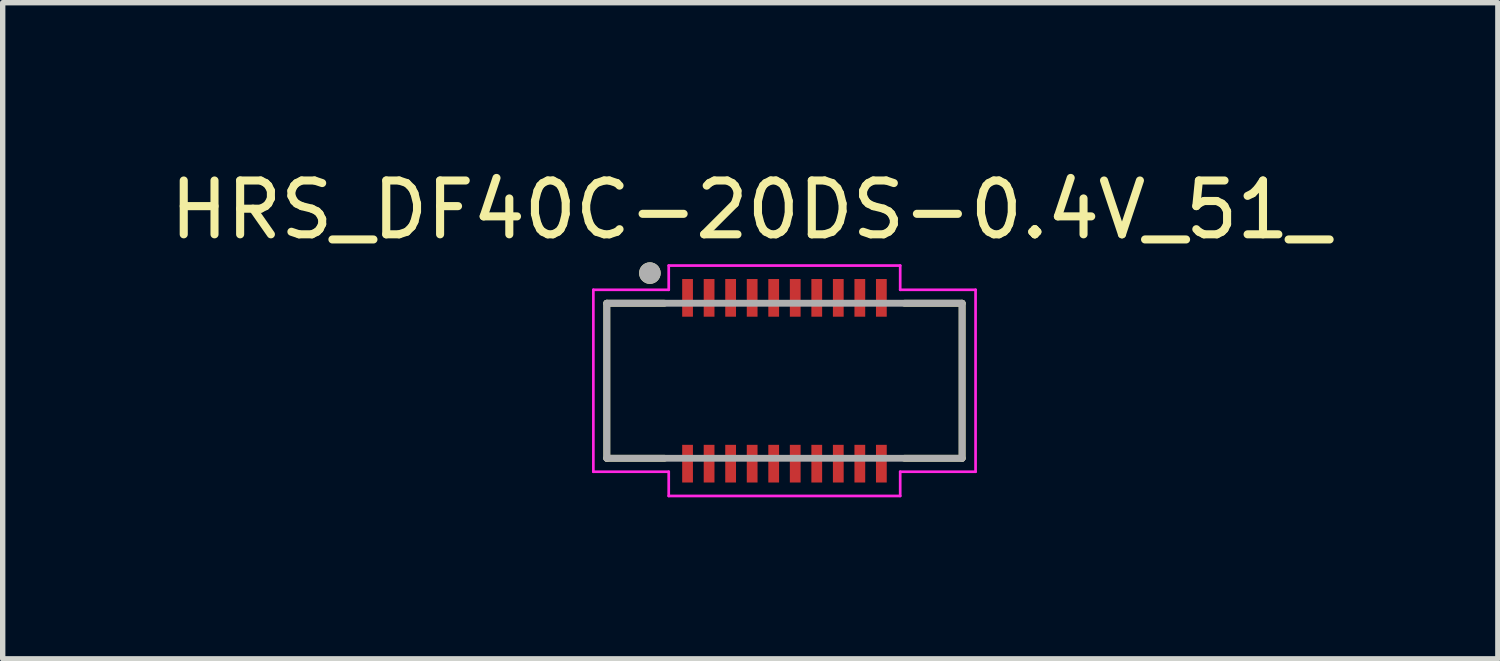
<source format=kicad_pcb>
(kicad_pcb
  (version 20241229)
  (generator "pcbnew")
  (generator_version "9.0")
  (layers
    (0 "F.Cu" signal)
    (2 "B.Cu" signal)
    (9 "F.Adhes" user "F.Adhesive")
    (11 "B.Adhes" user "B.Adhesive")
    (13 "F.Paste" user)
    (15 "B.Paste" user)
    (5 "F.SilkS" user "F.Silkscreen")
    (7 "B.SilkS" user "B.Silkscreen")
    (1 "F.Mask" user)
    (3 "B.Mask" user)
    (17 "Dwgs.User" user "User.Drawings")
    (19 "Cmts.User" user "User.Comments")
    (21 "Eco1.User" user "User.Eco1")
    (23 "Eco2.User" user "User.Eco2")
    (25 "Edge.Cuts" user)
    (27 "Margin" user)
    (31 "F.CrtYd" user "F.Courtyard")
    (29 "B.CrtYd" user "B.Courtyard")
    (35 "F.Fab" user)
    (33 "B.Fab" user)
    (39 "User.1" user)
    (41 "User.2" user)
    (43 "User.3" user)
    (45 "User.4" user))
  (footprint "HRS_DF40C-20DS-0.4V_51_"
    (layer "F.Cu")
    (at 11.522 4.023)
    (property "Reference" "HRS_DF40C-20DS-0.4V_51_" (at -0.635 -3.175 0) (layer "F.SilkS") (effects (font (size 1 1) (thickness 0.15))))
    (attr smd)
    (fp_line (start -3.3 -1.44) (end -3.3 1.44) (stroke (width 0.127) (type solid)) (layer "F.SilkS"))
    (fp_line (start -3.3 1.44) (end -2.23 1.44) (stroke (width 0.127) (type solid)) (layer "F.SilkS"))
    (fp_line (start -2.23 -1.44) (end -3.3 -1.44) (stroke (width 0.127) (type solid)) (layer "F.SilkS"))
    (fp_line (start 2.23 -1.44) (end 3.3 -1.44) (stroke (width 0.127) (type solid)) (layer "F.SilkS"))
    (fp_line (start 3.3 -1.44) (end 3.3 1.44) (stroke (width 0.127) (type solid)) (layer "F.SilkS"))
    (fp_line (start 3.3 1.44) (end 2.23 1.44) (stroke (width 0.127) (type solid)) (layer "F.SilkS"))
    (fp_circle (center -2.5 -2) (end -2.4 -2) (stroke (width 0.2) (type solid)) (fill no) (layer "F.SilkS"))
    (fp_poly (pts (xy -1.88 -1.82) (xy -1.72 -1.82) (xy -1.72 -1.26) (xy -1.88 -1.26)) (stroke (width 0.01) (type solid)) (fill yes) (layer "F.Paste"))
    (fp_poly (pts (xy -1.88 1.26) (xy -1.72 1.26) (xy -1.72 1.82) (xy -1.88 1.82)) (stroke (width 0.01) (type solid)) (fill yes) (layer "F.Paste"))
    (fp_poly (pts (xy -1.48 -1.82) (xy -1.32 -1.82) (xy -1.32 -1.26) (xy -1.48 -1.26)) (stroke (width 0.01) (type solid)) (fill yes) (layer "F.Paste"))
    (fp_poly (pts (xy -1.48 1.26) (xy -1.32 1.26) (xy -1.32 1.82) (xy -1.48 1.82)) (stroke (width 0.01) (type solid)) (fill yes) (layer "F.Paste"))
    (fp_poly (pts (xy -1.08 -1.82) (xy -0.92 -1.82) (xy -0.92 -1.26) (xy -1.08 -1.26)) (stroke (width 0.01) (type solid)) (fill yes) (layer "F.Paste"))
    (fp_poly (pts (xy -1.08 1.26) (xy -0.92 1.26) (xy -0.92 1.82) (xy -1.08 1.82)) (stroke (width 0.01) (type solid)) (fill yes) (layer "F.Paste"))
    (fp_poly (pts (xy -0.68 -1.82) (xy -0.52 -1.82) (xy -0.52 -1.26) (xy -0.68 -1.26)) (stroke (width 0.01) (type solid)) (fill yes) (layer "F.Paste"))
    (fp_poly (pts (xy -0.68 1.26) (xy -0.52 1.26) (xy -0.52 1.82) (xy -0.68 1.82)) (stroke (width 0.01) (type solid)) (fill yes) (layer "F.Paste"))
    (fp_poly (pts (xy -0.28 -1.82) (xy -0.12 -1.82) (xy -0.12 -1.26) (xy -0.28 -1.26)) (stroke (width 0.01) (type solid)) (fill yes) (layer "F.Paste"))
    (fp_poly (pts (xy -0.28 1.26) (xy -0.12 1.26) (xy -0.12 1.82) (xy -0.28 1.82)) (stroke (width 0.01) (type solid)) (fill yes) (layer "F.Paste"))
    (fp_poly (pts (xy 0.12 -1.82) (xy 0.28 -1.82) (xy 0.28 -1.26) (xy 0.12 -1.26)) (stroke (width 0.01) (type solid)) (fill yes) (layer "F.Paste"))
    (fp_poly (pts (xy 0.12 1.26) (xy 0.28 1.26) (xy 0.28 1.82) (xy 0.12 1.82)) (stroke (width 0.01) (type solid)) (fill yes) (layer "F.Paste"))
    (fp_poly (pts (xy 0.52 -1.82) (xy 0.68 -1.82) (xy 0.68 -1.26) (xy 0.52 -1.26)) (stroke (width 0.01) (type solid)) (fill yes) (layer "F.Paste"))
    (fp_poly (pts (xy 0.52 1.26) (xy 0.68 1.26) (xy 0.68 1.82) (xy 0.52 1.82)) (stroke (width 0.01) (type solid)) (fill yes) (layer "F.Paste"))
    (fp_poly (pts (xy 0.92 -1.82) (xy 1.08 -1.82) (xy 1.08 -1.26) (xy 0.92 -1.26)) (stroke (width 0.01) (type solid)) (fill yes) (layer "F.Paste"))
    (fp_poly (pts (xy 0.92 1.26) (xy 1.08 1.26) (xy 1.08 1.82) (xy 0.92 1.82)) (stroke (width 0.01) (type solid)) (fill yes) (layer "F.Paste"))
    (fp_poly (pts (xy 1.32 -1.82) (xy 1.48 -1.82) (xy 1.48 -1.26) (xy 1.32 -1.26)) (stroke (width 0.01) (type solid)) (fill yes) (layer "F.Paste"))
    (fp_poly (pts (xy 1.32 1.26) (xy 1.48 1.26) (xy 1.48 1.82) (xy 1.32 1.82)) (stroke (width 0.01) (type solid)) (fill yes) (layer "F.Paste"))
    (fp_poly (pts (xy 1.72 -1.82) (xy 1.88 -1.82) (xy 1.88 -1.26) (xy 1.72 -1.26)) (stroke (width 0.01) (type solid)) (fill yes) (layer "F.Paste"))
    (fp_poly (pts (xy 1.72 1.26) (xy 1.88 1.26) (xy 1.88 1.82) (xy 1.72 1.82)) (stroke (width 0.01) (type solid)) (fill yes) (layer "F.Paste"))
    (fp_line (start -3.55 -1.69) (end -2.15 -1.69) (stroke (width 0.05) (type solid)) (layer "F.CrtYd"))
    (fp_line (start -3.55 1.69) (end -3.55 -1.69) (stroke (width 0.05) (type solid)) (layer "F.CrtYd"))
    (fp_line (start -2.15 -2.14) (end 2.15 -2.14) (stroke (width 0.05) (type solid)) (layer "F.CrtYd"))
    (fp_line (start -2.15 -1.69) (end -2.15 -2.14) (stroke (width 0.05) (type solid)) (layer "F.CrtYd"))
    (fp_line (start -2.15 1.69) (end -3.55 1.69) (stroke (width 0.05) (type solid)) (layer "F.CrtYd"))
    (fp_line (start -2.15 2.14) (end -2.15 1.69) (stroke (width 0.05) (type solid)) (layer "F.CrtYd"))
    (fp_line (start 2.15 -2.14) (end 2.15 -1.69) (stroke (width 0.05) (type solid)) (layer "F.CrtYd"))
    (fp_line (start 2.15 -1.69) (end 3.55 -1.69) (stroke (width 0.05) (type solid)) (layer "F.CrtYd"))
    (fp_line (start 2.15 1.69) (end 2.15 2.14) (stroke (width 0.05) (type solid)) (layer "F.CrtYd"))
    (fp_line (start 2.15 2.14) (end -2.15 2.14) (stroke (width 0.05) (type solid)) (layer "F.CrtYd"))
    (fp_line (start 3.55 -1.69) (end 3.55 1.69) (stroke (width 0.05) (type solid)) (layer "F.CrtYd"))
    (fp_line (start 3.55 1.69) (end 2.15 1.69) (stroke (width 0.05) (type solid)) (layer "F.CrtYd"))
    (fp_line (start -3.3 -1.44) (end 3.3 -1.44) (stroke (width 0.127) (type solid)) (layer "F.Fab"))
    (fp_line (start -3.3 1.44) (end -3.3 -1.44) (stroke (width 0.127) (type solid)) (layer "F.Fab"))
    (fp_line (start 3.3 -1.44) (end 3.3 1.44) (stroke (width 0.127) (type solid)) (layer "F.Fab"))
    (fp_line (start 3.3 1.44) (end -3.3 1.44) (stroke (width 0.127) (type solid)) (layer "F.Fab"))
    (fp_circle (center -2.5 -2) (end -2.4 -2) (stroke (width 0.2) (type solid)) (fill no) (layer "F.Fab"))
    (pad "1" smd rect (at -1.8 -1.54) (size 0.2 0.7) (layers "F.Cu" "F.Mask"))
    (pad "2" smd rect (at -1.8 1.54) (size 0.2 0.7) (layers "F.Cu" "F.Mask"))
    (pad "3" smd rect (at -1.4 -1.54) (size 0.2 0.7) (layers "F.Cu" "F.Mask"))
    (pad "4" smd rect (at -1.4 1.54) (size 0.2 0.7) (layers "F.Cu" "F.Mask"))
    (pad "5" smd rect (at -1 -1.54) (size 0.2 0.7) (layers "F.Cu" "F.Mask"))
    (pad "6" smd rect (at -1 1.54) (size 0.2 0.7) (layers "F.Cu" "F.Mask"))
    (pad "7" smd rect (at -0.6 -1.54) (size 0.2 0.7) (layers "F.Cu" "F.Mask"))
    (pad "8" smd rect (at -0.6 1.54) (size 0.2 0.7) (layers "F.Cu" "F.Mask"))
    (pad "9" smd rect (at -0.2 -1.54) (size 0.2 0.7) (layers "F.Cu" "F.Mask"))
    (pad "10" smd rect (at -0.2 1.54) (size 0.2 0.7) (layers "F.Cu" "F.Mask"))
    (pad "11" smd rect (at 0.2 -1.54) (size 0.2 0.7) (layers "F.Cu" "F.Mask"))
    (pad "12" smd rect (at 0.2 1.54) (size 0.2 0.7) (layers "F.Cu" "F.Mask"))
    (pad "13" smd rect (at 0.6 -1.54) (size 0.2 0.7) (layers "F.Cu" "F.Mask"))
    (pad "14" smd rect (at 0.6 1.54) (size 0.2 0.7) (layers "F.Cu" "F.Mask"))
    (pad "15" smd rect (at 1 -1.54) (size 0.2 0.7) (layers "F.Cu" "F.Mask"))
    (pad "16" smd rect (at 1 1.54) (size 0.2 0.7) (layers "F.Cu" "F.Mask"))
    (pad "17" smd rect (at 1.4 -1.54) (size 0.2 0.7) (layers "F.Cu" "F.Mask"))
    (pad "18" smd rect (at 1.4 1.54) (size 0.2 0.7) (layers "F.Cu" "F.Mask"))
    (pad "19" smd rect (at 1.8 -1.54) (size 0.2 0.7) (layers "F.Cu" "F.Mask"))
    (pad "20" smd rect (at 1.8 1.54) (size 0.2 0.7) (layers "F.Cu" "F.Mask")))
  (gr_rect
    (start -3 -3)
    (end 24.774 9.188)
    (stroke (width 0.1) (type default))
    (fill no)
    (layer "Edge.Cuts")))
</source>
